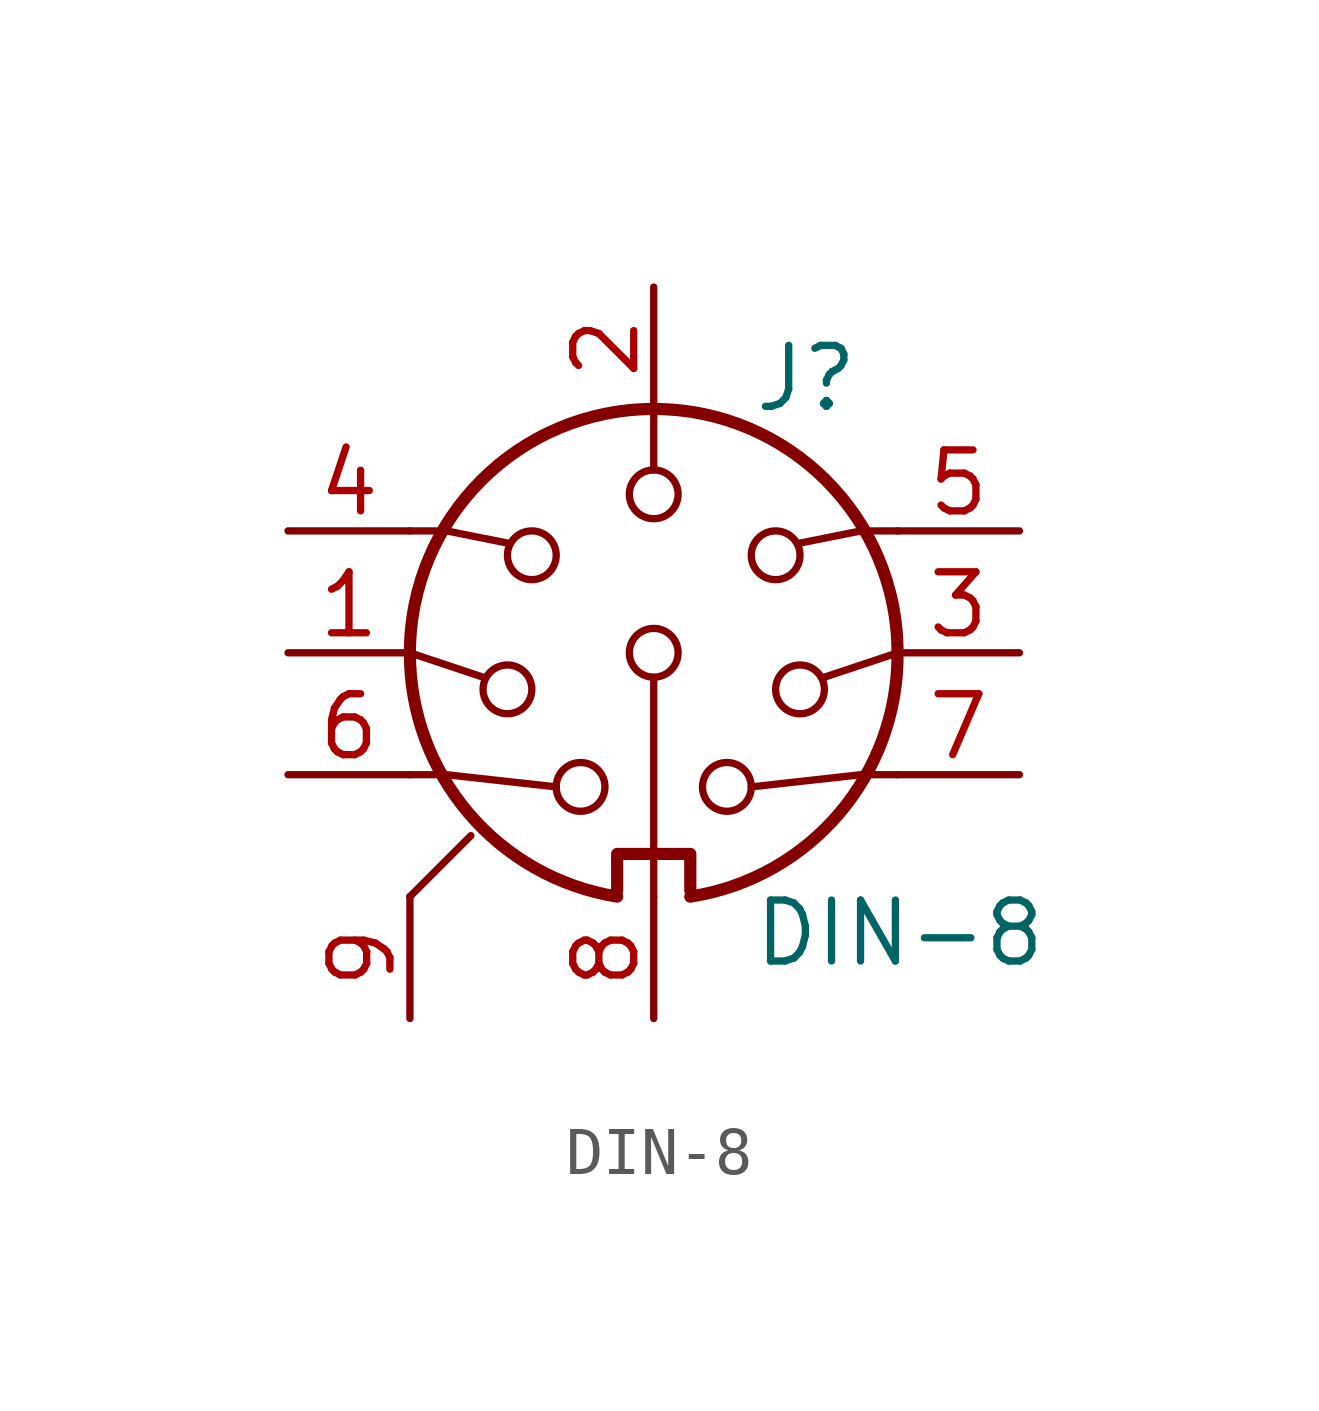
<source format=kicad_sym>
(kicad_symbol_lib
  (version 20231120)
  (generator "kicad_symbol_editor")
  (generator_version "8.0")
  (symbol "DIN-8"
    (pin_names
      (offset 1.016))
    (property "Reference" "J"
      (at 3.175 5.715 0)
      (effects (font (size 1.27 1.27))))
    (property "Value" "DIN-8"
      (at 2.032 -5.842 0)
      (effects (font (size 1.27 1.27)) (justify left)))
    (symbol "DIN-8_0_1"
      (arc (start -5.08 0) (mid -3.8609 -3.3364) (end -0.762 -5.08) (stroke (width 0.254) (type default)) (fill (type none)))
      (circle (center -3.048 -0.762) (radius 0.508) (stroke (width 0) (type default)) (fill (type none)))
      (circle (center -2.54 2.032) (radius 0.508) (stroke (width 0) (type default)) (fill (type none)))
      (circle (center -1.524 -2.794) (radius 0.508) (stroke (width 0) (type default)) (fill (type none)))
      (polyline (pts (xy -5.08 -5.08) (xy -3.81 -3.81)) (stroke (width 0) (type default)) (fill (type none)))
      (polyline (pts (xy -5.08 0) (xy -3.556 -0.508)) (stroke (width 0) (type default)) (fill (type none)))
      (polyline (pts (xy 0 -0.508) (xy 0 -5.08)) (stroke (width 0) (type default)) (fill (type none)))
      (polyline (pts (xy 0 5.08) (xy 0 3.81)) (stroke (width 0) (type default)) (fill (type none)))
      (polyline (pts (xy 5.08 0) (xy 3.556 -0.508)) (stroke (width 0) (type default)) (fill (type none)))
      (polyline (pts (xy -5.08 -2.54) (xy -4.318 -2.54) (xy -2.032 -2.794)) (stroke (width 0) (type default)) (fill (type none)))
      (polyline (pts (xy -5.08 2.54) (xy -4.318 2.54) (xy -3.048 2.286)) (stroke (width 0) (type default)) (fill (type none)))
      (polyline (pts (xy 5.08 -2.54) (xy 4.318 -2.54) (xy 2.032 -2.794)) (stroke (width 0) (type default)) (fill (type none)))
      (polyline (pts (xy 5.08 2.54) (xy 4.318 2.54) (xy 3.048 2.286)) (stroke (width 0) (type default)) (fill (type none)))
      (polyline (pts (xy -0.762 -4.953) (xy -0.762 -4.191) (xy 0.762 -4.191) (xy 0.762 -4.953)) (stroke (width 0.254) (type default)) (fill (type none)))
      (circle (center 0 0) (radius 0.508) (stroke (width 0) (type default)) (fill (type none)))
      (circle (center 0 3.302) (radius 0.508) (stroke (width 0) (type default)) (fill (type none)))
      (arc (start 0.762 -5.08) (mid 3.8685 -3.343) (end 5.08 0) (stroke (width 0.254) (type default)) (fill (type none)))
      (circle (center 1.524 -2.794) (radius 0.508) (stroke (width 0) (type default)) (fill (type none)))
      (circle (center 2.54 2.032) (radius 0.508) (stroke (width 0) (type default)) (fill (type none)))
      (circle (center 3.048 -0.762) (radius 0.508) (stroke (width 0) (type default)) (fill (type none)))
      (arc (start 5.08 0) (mid 0 5.0579) (end -5.08 0) (stroke (width 0.254) (type default)) (fill (type none))))
    (symbol "DIN-8_1_1"
      (pin passive line (at -7.62 0 0) (length 2.54) (name "~" (effects (font (size 1.27 1.27)))) (number "1" (effects (font (size 1.27 1.27)))))
      (pin passive line (at 0 7.62 270) (length 2.54) (name "~" (effects (font (size 1.27 1.27)))) (number "2" (effects (font (size 1.27 1.27)))))
      (pin passive line (at 7.62 0 180) (length 2.54) (name "~" (effects (font (size 1.27 1.27)))) (number "3" (effects (font (size 1.27 1.27)))))
      (pin passive line (at -7.62 2.54 0) (length 2.54) (name "~" (effects (font (size 1.27 1.27)))) (number "4" (effects (font (size 1.27 1.27)))))
      (pin passive line (at 7.62 2.54 180) (length 2.54) (name "~" (effects (font (size 1.27 1.27)))) (number "5" (effects (font (size 1.27 1.27)))))
      (pin passive line (at -7.62 -2.54 0) (length 2.54) (name "~" (effects (font (size 1.27 1.27)))) (number "6" (effects (font (size 1.27 1.27)))))
      (pin passive line (at 7.62 -2.54 180) (length 2.54) (name "~" (effects (font (size 1.27 1.27)))) (number "7" (effects (font (size 1.27 1.27)))))
      (pin passive line (at 0 -7.62 90) (length 2.54) (name "~" (effects (font (size 1.27 1.27)))) (number "8" (effects (font (size 1.27 1.27)))))
      (pin passive line (at -5.08 -7.62 90) (length 2.54) (name "~" (effects (font (size 1.27 1.27)))) (number "9" (effects (font (size 1.27 1.27))))))))
</source>
